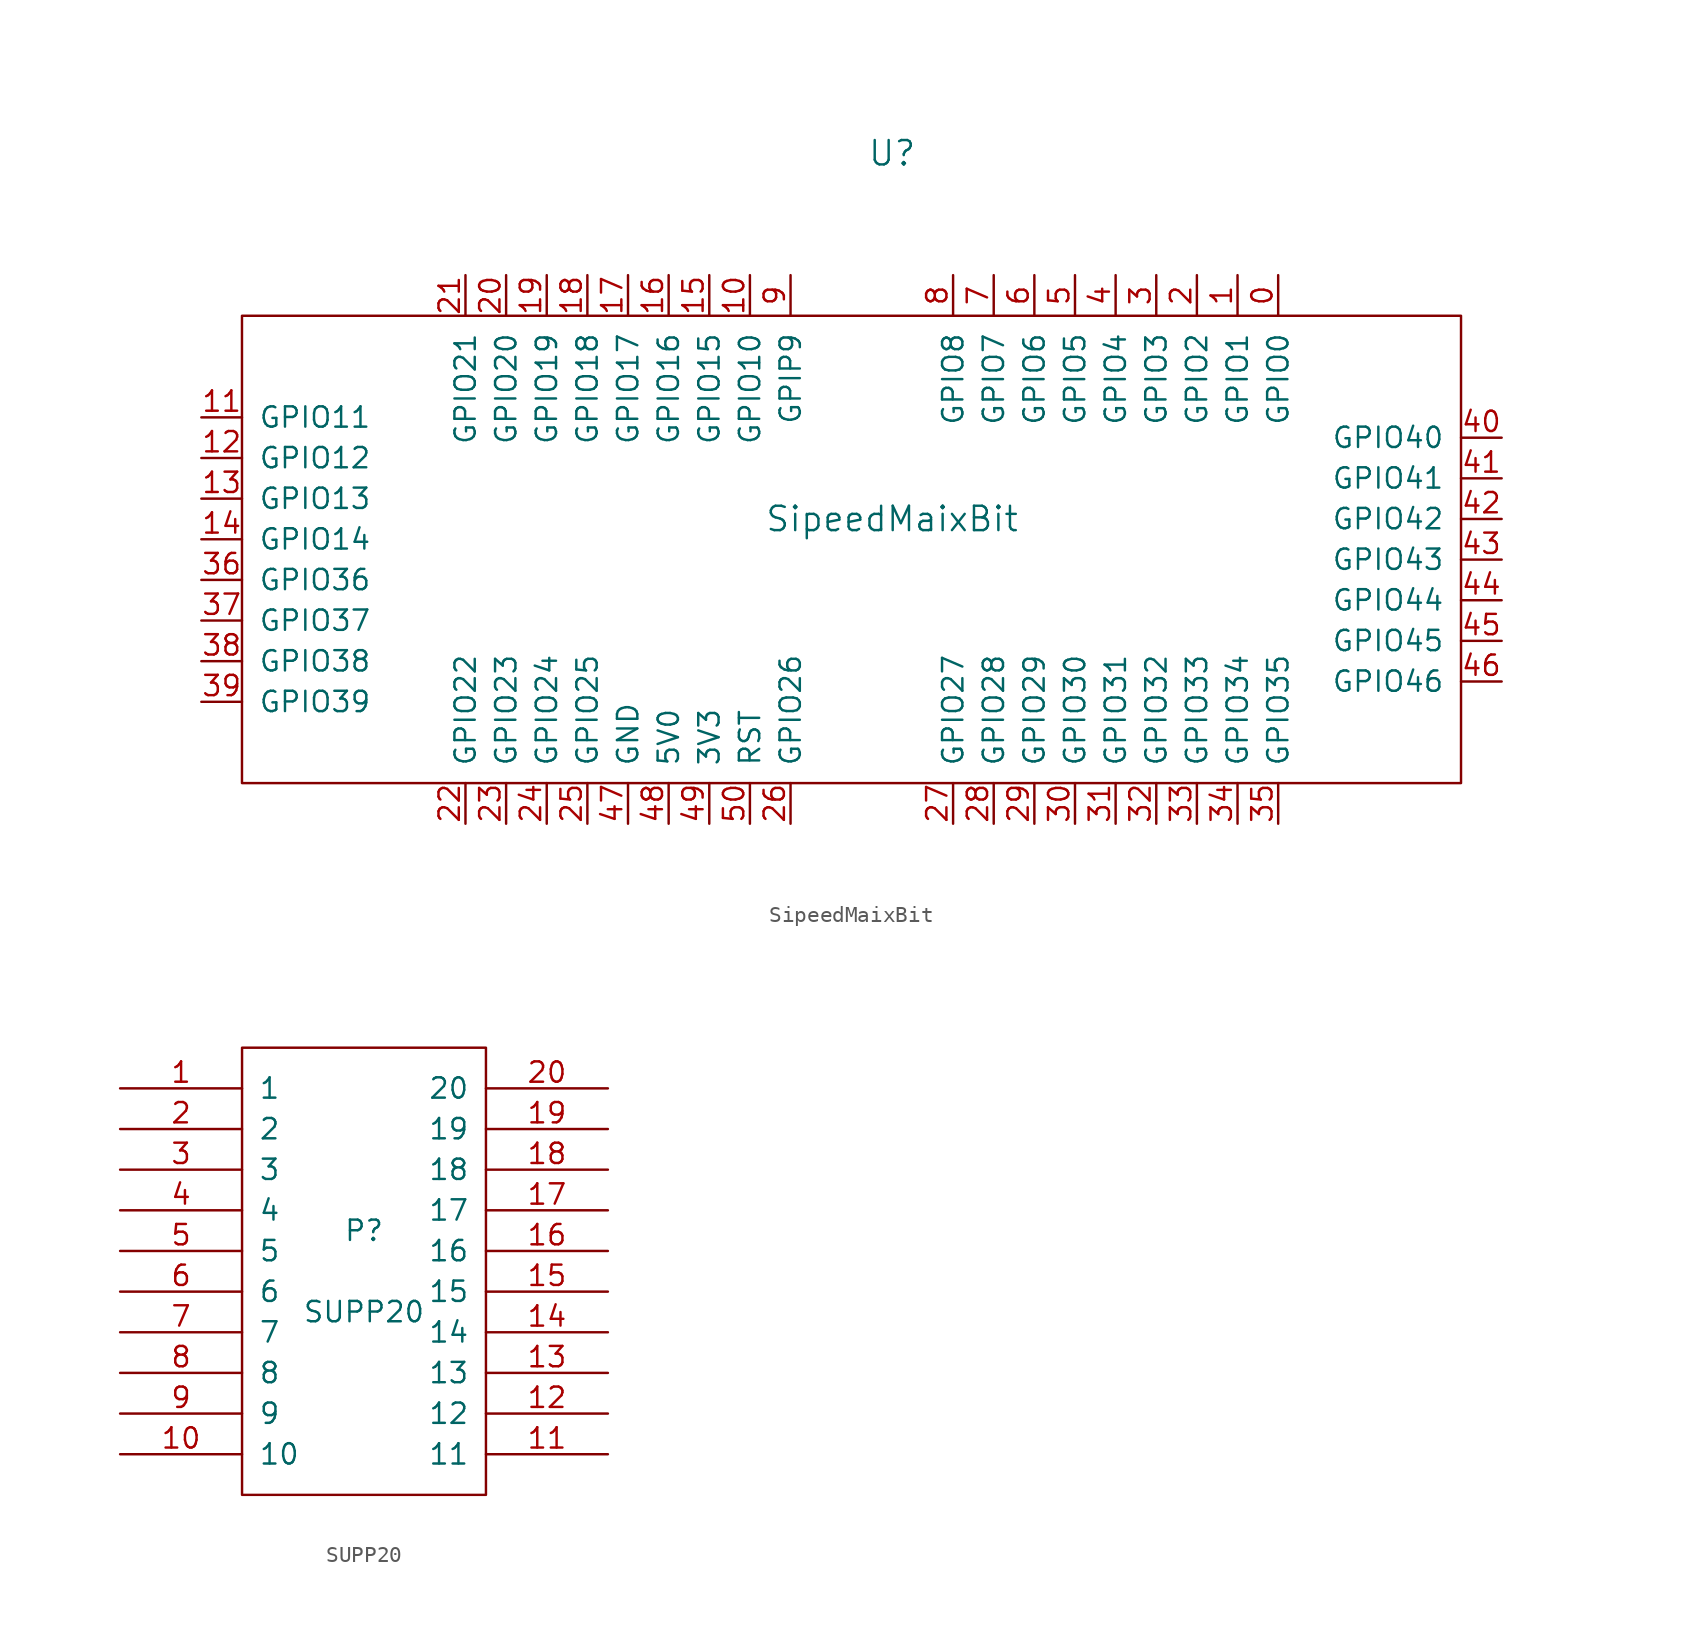
<source format=kicad_sym>
(kicad_symbol_lib
  (version 20231120)
  (generator "kicad_symbol_editor")
  (generator_version "8.0")
  (symbol "SipeedMaixBit"
    (pin_names
      (offset 1.016))
    (property "Reference" "U"
      (at 0 20.32 0)
      (effects (font (size 1.524 1.524))))
    (property "Value" "SipeedMaixBit"
      (at 0 -2.54 0)
      (effects (font (size 1.524 1.524))))
    (symbol "SipeedMaixBit_0_1"
      (rectangle (start 35.56 -19.05) (end -40.64 10.16) (stroke (width 0) (type solid)) (fill (type none))))
    (symbol "SipeedMaixBit_1_1"
      (pin bidirectional line (at 24.13 12.7 270) (length 2.54) (name "GPIO0" (effects (font (size 1.27 1.27)))) (number "0" (effects (font (size 1.27 1.27)))))
      (pin input line (at 21.59 12.7 270) (length 2.54) (name "GPIO1" (effects (font (size 1.27 1.27)))) (number "1" (effects (font (size 1.27 1.27)))))
      (pin input line (at -8.89 12.7 270) (length 2.54) (name "GPIO10" (effects (font (size 1.27 1.27)))) (number "10" (effects (font (size 1.27 1.27)))))
      (pin bidirectional line (at -43.18 3.81 0) (length 2.54) (name "GPIO11" (effects (font (size 1.27 1.27)))) (number "11" (effects (font (size 1.27 1.27)))))
      (pin bidirectional line (at -43.18 1.27 0) (length 2.54) (name "GPIO12" (effects (font (size 1.27 1.27)))) (number "12" (effects (font (size 1.27 1.27)))))
      (pin bidirectional line (at -43.18 -1.27 0) (length 2.54) (name "GPIO13" (effects (font (size 1.27 1.27)))) (number "13" (effects (font (size 1.27 1.27)))))
      (pin bidirectional line (at -43.18 -3.81 0) (length 2.54) (name "GPIO14" (effects (font (size 1.27 1.27)))) (number "14" (effects (font (size 1.27 1.27)))))
      (pin input line (at -11.43 12.7 270) (length 2.54) (name "GPIO15" (effects (font (size 1.27 1.27)))) (number "15" (effects (font (size 1.27 1.27)))))
      (pin input line (at -13.97 12.7 270) (length 2.54) (name "GPIO16" (effects (font (size 1.27 1.27)))) (number "16" (effects (font (size 1.27 1.27)))))
      (pin input line (at -16.51 12.7 270) (length 2.54) (name "GPIO17" (effects (font (size 1.27 1.27)))) (number "17" (effects (font (size 1.27 1.27)))))
      (pin input line (at -19.05 12.7 270) (length 2.54) (name "GPIO18" (effects (font (size 1.27 1.27)))) (number "18" (effects (font (size 1.27 1.27)))))
      (pin input line (at -21.59 12.7 270) (length 2.54) (name "GPIO19" (effects (font (size 1.27 1.27)))) (number "19" (effects (font (size 1.27 1.27)))))
      (pin input line (at 19.05 12.7 270) (length 2.54) (name "GPIO2" (effects (font (size 1.27 1.27)))) (number "2" (effects (font (size 1.27 1.27)))))
      (pin input line (at -24.13 12.7 270) (length 2.54) (name "GPIO20" (effects (font (size 1.27 1.27)))) (number "20" (effects (font (size 1.27 1.27)))))
      (pin input line (at -26.67 12.7 270) (length 2.54) (name "GPIO21" (effects (font (size 1.27 1.27)))) (number "21" (effects (font (size 1.27 1.27)))))
      (pin input line (at -26.67 -21.59 90) (length 2.54) (name "GPIO22" (effects (font (size 1.27 1.27)))) (number "22" (effects (font (size 1.27 1.27)))))
      (pin input line (at -24.13 -21.59 90) (length 2.54) (name "GPIO23" (effects (font (size 1.27 1.27)))) (number "23" (effects (font (size 1.27 1.27)))))
      (pin input line (at -21.59 -21.59 90) (length 2.54) (name "GPIO24" (effects (font (size 1.27 1.27)))) (number "24" (effects (font (size 1.27 1.27)))))
      (pin input line (at -19.05 -21.59 90) (length 2.54) (name "GPIO25" (effects (font (size 1.27 1.27)))) (number "25" (effects (font (size 1.27 1.27)))))
      (pin input line (at -6.35 -21.59 90) (length 2.54) (name "GPIO26" (effects (font (size 1.27 1.27)))) (number "26" (effects (font (size 1.27 1.27)))))
      (pin input line (at 3.81 -21.59 90) (length 2.54) (name "GPIO27" (effects (font (size 1.27 1.27)))) (number "27" (effects (font (size 1.27 1.27)))))
      (pin input line (at 6.35 -21.59 90) (length 2.54) (name "GPIO28" (effects (font (size 1.27 1.27)))) (number "28" (effects (font (size 1.27 1.27)))))
      (pin input line (at 8.89 -21.59 90) (length 2.54) (name "GPIO29" (effects (font (size 1.27 1.27)))) (number "29" (effects (font (size 1.27 1.27)))))
      (pin input line (at 16.51 12.7 270) (length 2.54) (name "GPIO3" (effects (font (size 1.27 1.27)))) (number "3" (effects (font (size 1.27 1.27)))))
      (pin input line (at 11.43 -21.59 90) (length 2.54) (name "GPIO30" (effects (font (size 1.27 1.27)))) (number "30" (effects (font (size 1.27 1.27)))))
      (pin input line (at 13.97 -21.59 90) (length 2.54) (name "GPIO31" (effects (font (size 1.27 1.27)))) (number "31" (effects (font (size 1.27 1.27)))))
      (pin input line (at 16.51 -21.59 90) (length 2.54) (name "GPIO32" (effects (font (size 1.27 1.27)))) (number "32" (effects (font (size 1.27 1.27)))))
      (pin input line (at 19.05 -21.59 90) (length 2.54) (name "GPIO33" (effects (font (size 1.27 1.27)))) (number "33" (effects (font (size 1.27 1.27)))))
      (pin input line (at 21.59 -21.59 90) (length 2.54) (name "GPIO34" (effects (font (size 1.27 1.27)))) (number "34" (effects (font (size 1.27 1.27)))))
      (pin input line (at 24.13 -21.59 90) (length 2.54) (name "GPIO35" (effects (font (size 1.27 1.27)))) (number "35" (effects (font (size 1.27 1.27)))))
      (pin bidirectional line (at -43.18 -6.35 0) (length 2.54) (name "GPIO36" (effects (font (size 1.27 1.27)))) (number "36" (effects (font (size 1.27 1.27)))))
      (pin bidirectional line (at -43.18 -8.89 0) (length 2.54) (name "GPIO37" (effects (font (size 1.27 1.27)))) (number "37" (effects (font (size 1.27 1.27)))))
      (pin bidirectional line (at -43.18 -11.43 0) (length 2.54) (name "GPIO38" (effects (font (size 1.27 1.27)))) (number "38" (effects (font (size 1.27 1.27)))))
      (pin bidirectional line (at -43.18 -13.97 0) (length 2.54) (name "GPIO39" (effects (font (size 1.27 1.27)))) (number "39" (effects (font (size 1.27 1.27)))))
      (pin input line (at 13.97 12.7 270) (length 2.54) (name "GPIO4" (effects (font (size 1.27 1.27)))) (number "4" (effects (font (size 1.27 1.27)))))
      (pin bidirectional line (at 38.1 2.54 180) (length 2.54) (name "GPIO40" (effects (font (size 1.27 1.27)))) (number "40" (effects (font (size 1.27 1.27)))))
      (pin bidirectional line (at 38.1 0 180) (length 2.54) (name "GPIO41" (effects (font (size 1.27 1.27)))) (number "41" (effects (font (size 1.27 1.27)))))
      (pin bidirectional line (at 38.1 -2.54 180) (length 2.54) (name "GPIO42" (effects (font (size 1.27 1.27)))) (number "42" (effects (font (size 1.27 1.27)))))
      (pin bidirectional line (at 38.1 -5.08 180) (length 2.54) (name "GPIO43" (effects (font (size 1.27 1.27)))) (number "43" (effects (font (size 1.27 1.27)))))
      (pin bidirectional line (at 38.1 -7.62 180) (length 2.54) (name "GPIO44" (effects (font (size 1.27 1.27)))) (number "44" (effects (font (size 1.27 1.27)))))
      (pin bidirectional line (at 38.1 -10.16 180) (length 2.54) (name "GPIO45" (effects (font (size 1.27 1.27)))) (number "45" (effects (font (size 1.27 1.27)))))
      (pin bidirectional line (at 38.1 -12.7 180) (length 2.54) (name "GPIO46" (effects (font (size 1.27 1.27)))) (number "46" (effects (font (size 1.27 1.27)))))
      (pin unspecified line (at -16.51 -21.59 90) (length 2.54) (name "GND" (effects (font (size 1.27 1.27)))) (number "47" (effects (font (size 1.27 1.27)))))
      (pin input line (at -13.97 -21.59 90) (length 2.54) (name "5V0" (effects (font (size 1.27 1.27)))) (number "48" (effects (font (size 1.27 1.27)))))
      (pin input line (at -11.43 -21.59 90) (length 2.54) (name "3V3" (effects (font (size 1.27 1.27)))) (number "49" (effects (font (size 1.27 1.27)))))
      (pin input line (at 11.43 12.7 270) (length 2.54) (name "GPIO5" (effects (font (size 1.27 1.27)))) (number "5" (effects (font (size 1.27 1.27)))))
      (pin input line (at -8.89 -21.59 90) (length 2.54) (name "RST" (effects (font (size 1.27 1.27)))) (number "50" (effects (font (size 1.27 1.27)))))
      (pin input line (at 8.89 12.7 270) (length 2.54) (name "GPIO6" (effects (font (size 1.27 1.27)))) (number "6" (effects (font (size 1.27 1.27)))))
      (pin input line (at 6.35 12.7 270) (length 2.54) (name "GPIO7" (effects (font (size 1.27 1.27)))) (number "7" (effects (font (size 1.27 1.27)))))
      (pin input line (at 3.81 12.7 270) (length 2.54) (name "GPIO8" (effects (font (size 1.27 1.27)))) (number "8" (effects (font (size 1.27 1.27)))))
      (pin input line (at -6.35 12.7 270) (length 2.54) (name "GPIP9" (effects (font (size 1.27 1.27)))) (number "9" (effects (font (size 1.27 1.27)))))))
  (symbol "SUPP20"
    (pin_names
      (offset 1.016))
    (property "Reference" "P"
      (at 0 2.54 0)
      (effects (font (size 1.27 1.27))))
    (property "Value" "SUPP20"
      (at 0 -2.54 0)
      (effects (font (size 1.27 1.27))))
    (property "Footprint" ""
      (at 0 0 0)
      (effects (font (size 1.27 1.27))))
    (property "Datasheet" ""
      (at 0 0 0)
      (effects (font (size 1.27 1.27))))
    (symbol "SUPP20_0_1"
      (rectangle (start -7.62 -13.97) (end 7.62 13.97) (stroke (width 0) (type solid)) (fill (type none))))
    (symbol "SUPP20_1_1"
      (pin passive line (at -15.24 11.43 0) (length 7.62) (name "1" (effects (font (size 1.27 1.27)))) (number "1" (effects (font (size 1.27 1.27)))))
      (pin passive line (at -15.24 -11.43 0) (length 7.62) (name "10" (effects (font (size 1.27 1.27)))) (number "10" (effects (font (size 1.27 1.27)))))
      (pin passive line (at 15.24 -11.43 180) (length 7.62) (name "11" (effects (font (size 1.27 1.27)))) (number "11" (effects (font (size 1.27 1.27)))))
      (pin passive line (at 15.24 -8.89 180) (length 7.62) (name "12" (effects (font (size 1.27 1.27)))) (number "12" (effects (font (size 1.27 1.27)))))
      (pin passive line (at 15.24 -6.35 180) (length 7.62) (name "13" (effects (font (size 1.27 1.27)))) (number "13" (effects (font (size 1.27 1.27)))))
      (pin passive line (at 15.24 -3.81 180) (length 7.62) (name "14" (effects (font (size 1.27 1.27)))) (number "14" (effects (font (size 1.27 1.27)))))
      (pin passive line (at 15.24 -1.27 180) (length 7.62) (name "15" (effects (font (size 1.27 1.27)))) (number "15" (effects (font (size 1.27 1.27)))))
      (pin passive line (at 15.24 1.27 180) (length 7.62) (name "16" (effects (font (size 1.27 1.27)))) (number "16" (effects (font (size 1.27 1.27)))))
      (pin passive line (at 15.24 3.81 180) (length 7.62) (name "17" (effects (font (size 1.27 1.27)))) (number "17" (effects (font (size 1.27 1.27)))))
      (pin passive line (at 15.24 6.35 180) (length 7.62) (name "18" (effects (font (size 1.27 1.27)))) (number "18" (effects (font (size 1.27 1.27)))))
      (pin passive line (at 15.24 8.89 180) (length 7.62) (name "19" (effects (font (size 1.27 1.27)))) (number "19" (effects (font (size 1.27 1.27)))))
      (pin passive line (at -15.24 8.89 0) (length 7.62) (name "2" (effects (font (size 1.27 1.27)))) (number "2" (effects (font (size 1.27 1.27)))))
      (pin passive line (at 15.24 11.43 180) (length 7.62) (name "20" (effects (font (size 1.27 1.27)))) (number "20" (effects (font (size 1.27 1.27)))))
      (pin passive line (at -15.24 6.35 0) (length 7.62) (name "3" (effects (font (size 1.27 1.27)))) (number "3" (effects (font (size 1.27 1.27)))))
      (pin passive line (at -15.24 3.81 0) (length 7.62) (name "4" (effects (font (size 1.27 1.27)))) (number "4" (effects (font (size 1.27 1.27)))))
      (pin passive line (at -15.24 1.27 0) (length 7.62) (name "5" (effects (font (size 1.27 1.27)))) (number "5" (effects (font (size 1.27 1.27)))))
      (pin passive line (at -15.24 -1.27 0) (length 7.62) (name "6" (effects (font (size 1.27 1.27)))) (number "6" (effects (font (size 1.27 1.27)))))
      (pin passive line (at -15.24 -3.81 0) (length 7.62) (name "7" (effects (font (size 1.27 1.27)))) (number "7" (effects (font (size 1.27 1.27)))))
      (pin passive line (at -15.24 -6.35 0) (length 7.62) (name "8" (effects (font (size 1.27 1.27)))) (number "8" (effects (font (size 1.27 1.27)))))
      (pin passive line (at -15.24 -8.89 0) (length 7.62) (name "9" (effects (font (size 1.27 1.27)))) (number "9" (effects (font (size 1.27 1.27))))))))
</source>
